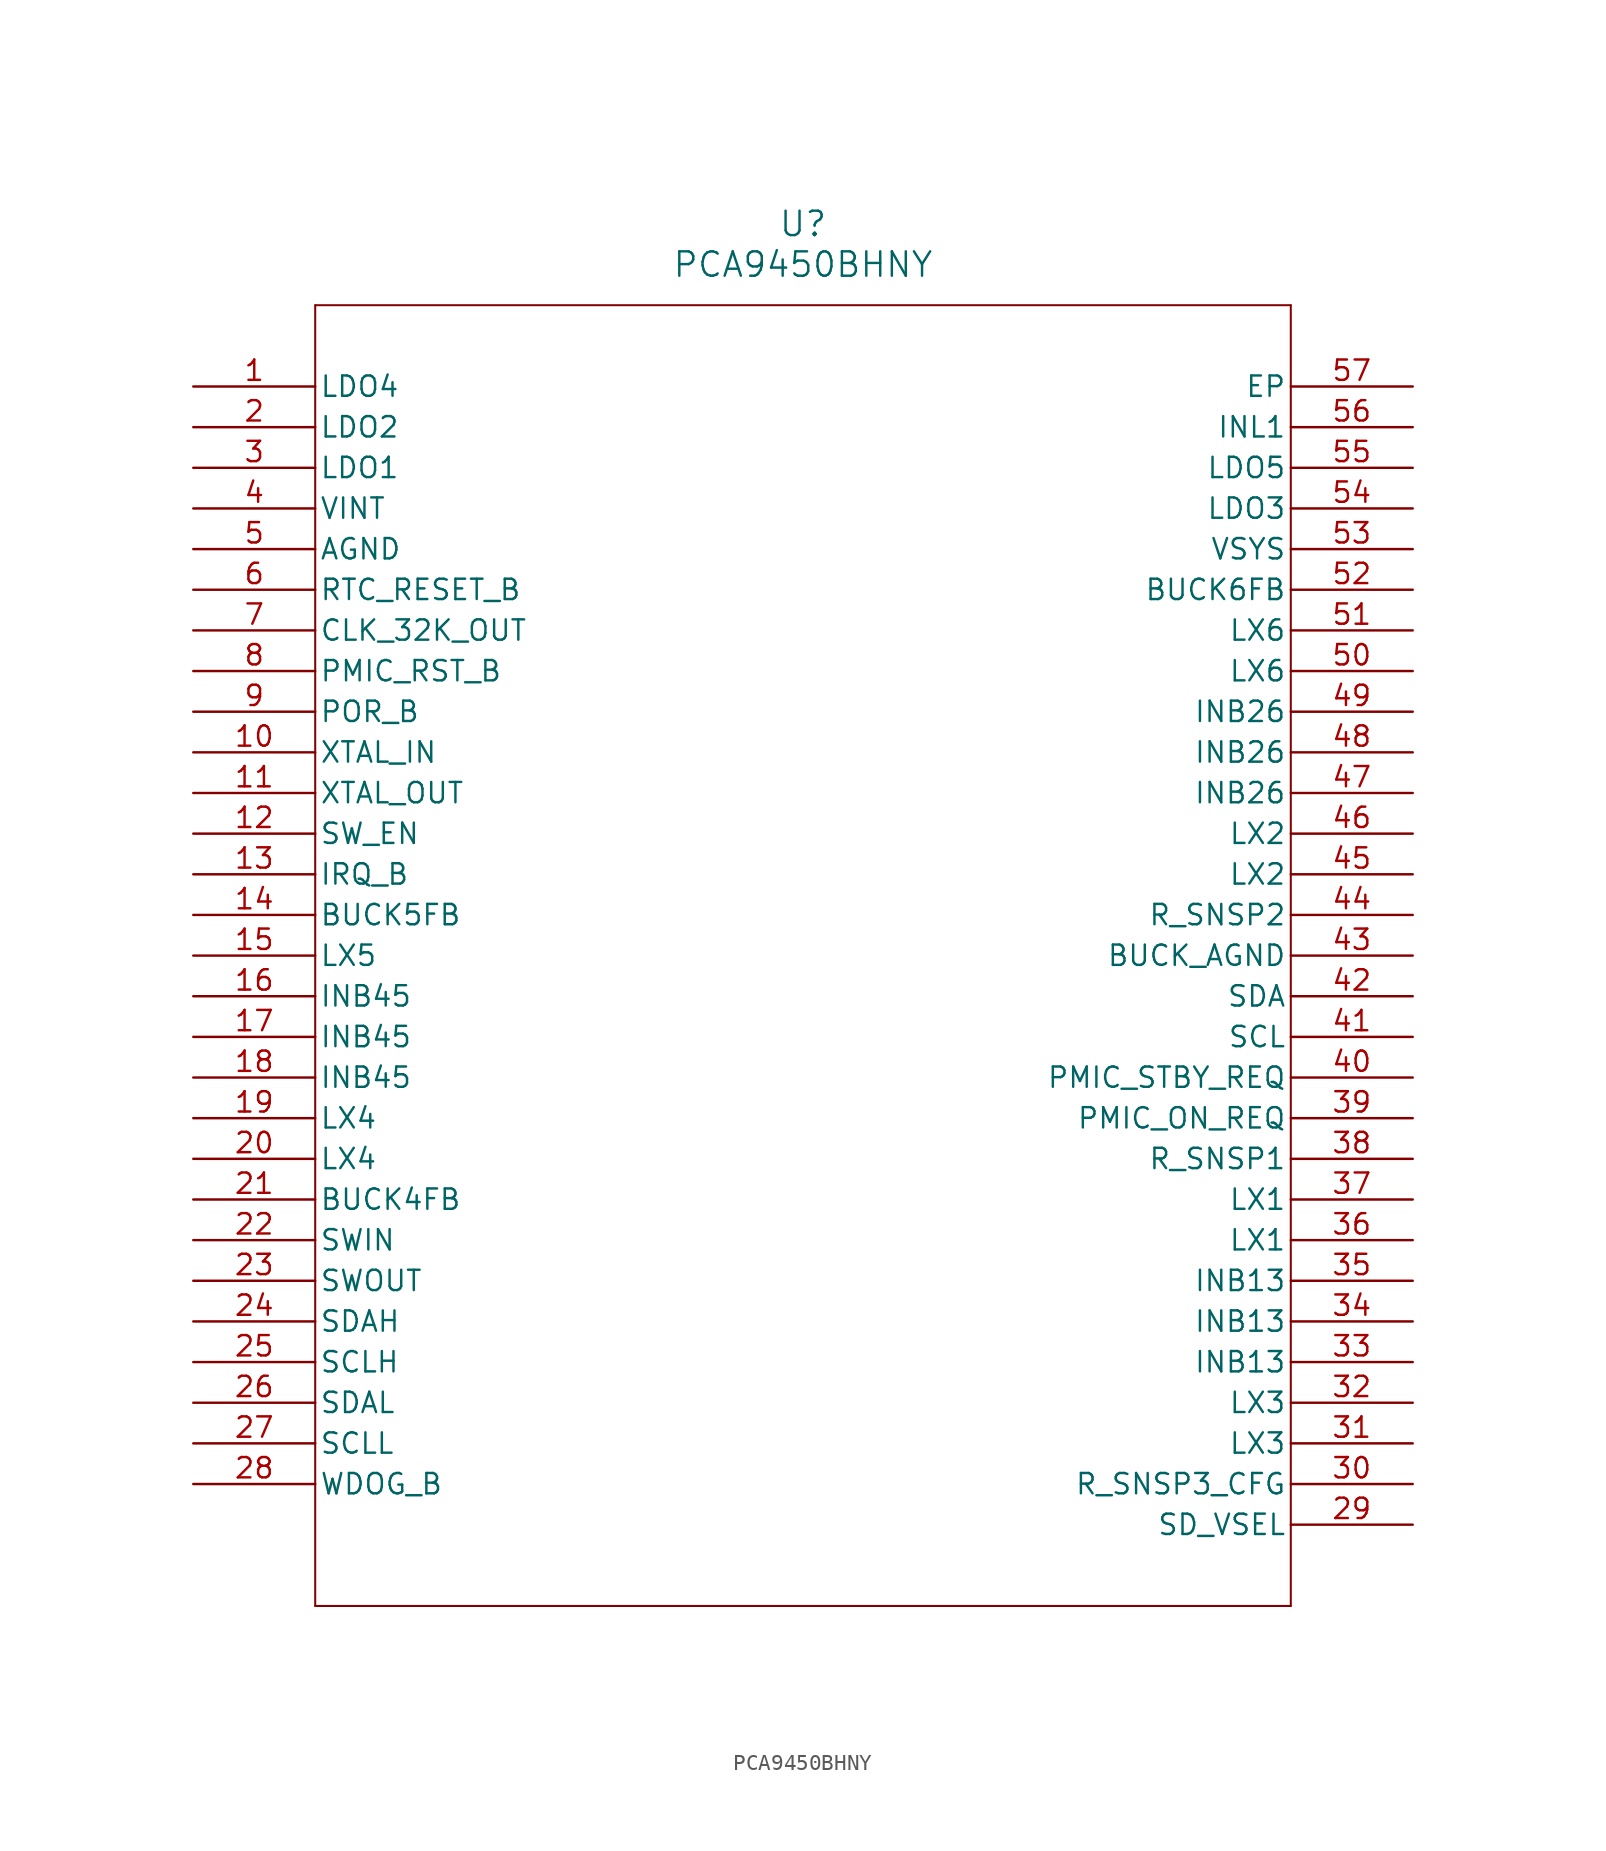
<source format=kicad_sym>
(kicad_symbol_lib
  (version 20231120)
  (generator "kicad_symbol_editor")
  (generator_version "8.0")
  (symbol "PCA9450BHNY"
    (pin_names
      (offset 0.254))
    (property "Reference" "U"
      (at 30.48 5.08 0)
      (effects (font (size 1.524 1.524))))
    (property "Value" "PCA9450BHNY"
      (at 30.48 2.54 0)
      (effects (font (size 1.524 1.524))))
    (symbol "PCA9450BHNY_0_1"
      (polyline (pts (xy 0 -81.28) (xy 60.96 -81.28)) (stroke (width 0.127) (type default)) (fill (type none)))
      (polyline (pts (xy 0 0) (xy 0 -81.28)) (stroke (width 0.127) (type default)) (fill (type none)))
      (polyline (pts (xy 60.96 -81.28) (xy 60.96 0)) (stroke (width 0.127) (type default)) (fill (type none)))
      (polyline (pts (xy 60.96 0) (xy 0 0)) (stroke (width 0.127) (type default)) (fill (type none)))
      (pin power_in line (at -7.62 -5.08 0) (length 7.62) (name "LDO4" (effects (font (size 1.27 1.27)))) (number "1" (effects (font (size 1.27 1.27)))))
      (pin unspecified line (at -7.62 -27.94 0) (length 7.62) (name "XTAL_IN" (effects (font (size 1.27 1.27)))) (number "10" (effects (font (size 1.27 1.27)))))
      (pin unspecified line (at -7.62 -30.48 0) (length 7.62) (name "XTAL_OUT" (effects (font (size 1.27 1.27)))) (number "11" (effects (font (size 1.27 1.27)))))
      (pin input line (at -7.62 -33.02 0) (length 7.62) (name "SW_EN" (effects (font (size 1.27 1.27)))) (number "12" (effects (font (size 1.27 1.27)))))
      (pin output line (at -7.62 -35.56 0) (length 7.62) (name "IRQ_B" (effects (font (size 1.27 1.27)))) (number "13" (effects (font (size 1.27 1.27)))))
      (pin unspecified line (at -7.62 -38.1 0) (length 7.62) (name "BUCK5FB" (effects (font (size 1.27 1.27)))) (number "14" (effects (font (size 1.27 1.27)))))
      (pin power_in line (at -7.62 -40.64 0) (length 7.62) (name "LX5" (effects (font (size 1.27 1.27)))) (number "15" (effects (font (size 1.27 1.27)))))
      (pin power_in line (at -7.62 -43.18 0) (length 7.62) (name "INB45" (effects (font (size 1.27 1.27)))) (number "16" (effects (font (size 1.27 1.27)))))
      (pin power_in line (at -7.62 -45.72 0) (length 7.62) (name "INB45" (effects (font (size 1.27 1.27)))) (number "17" (effects (font (size 1.27 1.27)))))
      (pin power_in line (at -7.62 -48.26 0) (length 7.62) (name "INB45" (effects (font (size 1.27 1.27)))) (number "18" (effects (font (size 1.27 1.27)))))
      (pin power_in line (at -7.62 -50.8 0) (length 7.62) (name "LX4" (effects (font (size 1.27 1.27)))) (number "19" (effects (font (size 1.27 1.27)))))
      (pin power_in line (at -7.62 -7.62 0) (length 7.62) (name "LDO2" (effects (font (size 1.27 1.27)))) (number "2" (effects (font (size 1.27 1.27)))))
      (pin power_in line (at -7.62 -53.34 0) (length 7.62) (name "LX4" (effects (font (size 1.27 1.27)))) (number "20" (effects (font (size 1.27 1.27)))))
      (pin unspecified line (at -7.62 -55.88 0) (length 7.62) (name "BUCK4FB" (effects (font (size 1.27 1.27)))) (number "21" (effects (font (size 1.27 1.27)))))
      (pin power_in line (at -7.62 -58.42 0) (length 7.62) (name "SWIN" (effects (font (size 1.27 1.27)))) (number "22" (effects (font (size 1.27 1.27)))))
      (pin power_in line (at -7.62 -60.96 0) (length 7.62) (name "SWOUT" (effects (font (size 1.27 1.27)))) (number "23" (effects (font (size 1.27 1.27)))))
      (pin bidirectional line (at -7.62 -63.5 0) (length 7.62) (name "SDAH" (effects (font (size 1.27 1.27)))) (number "24" (effects (font (size 1.27 1.27)))))
      (pin output line (at -7.62 -66.04 0) (length 7.62) (name "SCLH" (effects (font (size 1.27 1.27)))) (number "25" (effects (font (size 1.27 1.27)))))
      (pin bidirectional line (at -7.62 -68.58 0) (length 7.62) (name "SDAL" (effects (font (size 1.27 1.27)))) (number "26" (effects (font (size 1.27 1.27)))))
      (pin output line (at -7.62 -71.12 0) (length 7.62) (name "SCLL" (effects (font (size 1.27 1.27)))) (number "27" (effects (font (size 1.27 1.27)))))
      (pin input line (at -7.62 -73.66 0) (length 7.62) (name "WDOG_B" (effects (font (size 1.27 1.27)))) (number "28" (effects (font (size 1.27 1.27)))))
      (pin input line (at 68.58 -76.2 180) (length 7.62) (name "SD_VSEL" (effects (font (size 1.27 1.27)))) (number "29" (effects (font (size 1.27 1.27)))))
      (pin power_in line (at -7.62 -10.16 0) (length 7.62) (name "LDO1" (effects (font (size 1.27 1.27)))) (number "3" (effects (font (size 1.27 1.27)))))
      (pin unspecified line (at 68.58 -73.66 180) (length 7.62) (name "R_SNSP3_CFG" (effects (font (size 1.27 1.27)))) (number "30" (effects (font (size 1.27 1.27)))))
      (pin power_in line (at 68.58 -71.12 180) (length 7.62) (name "LX3" (effects (font (size 1.27 1.27)))) (number "31" (effects (font (size 1.27 1.27)))))
      (pin power_in line (at 68.58 -68.58 180) (length 7.62) (name "LX3" (effects (font (size 1.27 1.27)))) (number "32" (effects (font (size 1.27 1.27)))))
      (pin power_in line (at 68.58 -66.04 180) (length 7.62) (name "INB13" (effects (font (size 1.27 1.27)))) (number "33" (effects (font (size 1.27 1.27)))))
      (pin power_in line (at 68.58 -63.5 180) (length 7.62) (name "INB13" (effects (font (size 1.27 1.27)))) (number "34" (effects (font (size 1.27 1.27)))))
      (pin power_in line (at 68.58 -60.96 180) (length 7.62) (name "INB13" (effects (font (size 1.27 1.27)))) (number "35" (effects (font (size 1.27 1.27)))))
      (pin power_in line (at 68.58 -58.42 180) (length 7.62) (name "LX1" (effects (font (size 1.27 1.27)))) (number "36" (effects (font (size 1.27 1.27)))))
      (pin power_in line (at 68.58 -55.88 180) (length 7.62) (name "LX1" (effects (font (size 1.27 1.27)))) (number "37" (effects (font (size 1.27 1.27)))))
      (pin unspecified line (at 68.58 -53.34 180) (length 7.62) (name "R_SNSP1" (effects (font (size 1.27 1.27)))) (number "38" (effects (font (size 1.27 1.27)))))
      (pin input line (at 68.58 -50.8 180) (length 7.62) (name "PMIC_ON_REQ" (effects (font (size 1.27 1.27)))) (number "39" (effects (font (size 1.27 1.27)))))
      (pin power_in line (at -7.62 -12.7 0) (length 7.62) (name "VINT" (effects (font (size 1.27 1.27)))) (number "4" (effects (font (size 1.27 1.27)))))
      (pin input line (at 68.58 -48.26 180) (length 7.62) (name "PMIC_STBY_REQ" (effects (font (size 1.27 1.27)))) (number "40" (effects (font (size 1.27 1.27)))))
      (pin input line (at 68.58 -45.72 180) (length 7.62) (name "SCL" (effects (font (size 1.27 1.27)))) (number "41" (effects (font (size 1.27 1.27)))))
      (pin bidirectional line (at 68.58 -43.18 180) (length 7.62) (name "SDA" (effects (font (size 1.27 1.27)))) (number "42" (effects (font (size 1.27 1.27)))))
      (pin power_out line (at 68.58 -40.64 180) (length 7.62) (name "BUCK_AGND" (effects (font (size 1.27 1.27)))) (number "43" (effects (font (size 1.27 1.27)))))
      (pin unspecified line (at 68.58 -38.1 180) (length 7.62) (name "R_SNSP2" (effects (font (size 1.27 1.27)))) (number "44" (effects (font (size 1.27 1.27)))))
      (pin power_in line (at 68.58 -35.56 180) (length 7.62) (name "LX2" (effects (font (size 1.27 1.27)))) (number "45" (effects (font (size 1.27 1.27)))))
      (pin power_in line (at 68.58 -33.02 180) (length 7.62) (name "LX2" (effects (font (size 1.27 1.27)))) (number "46" (effects (font (size 1.27 1.27)))))
      (pin power_in line (at 68.58 -30.48 180) (length 7.62) (name "INB26" (effects (font (size 1.27 1.27)))) (number "47" (effects (font (size 1.27 1.27)))))
      (pin power_in line (at 68.58 -27.94 180) (length 7.62) (name "INB26" (effects (font (size 1.27 1.27)))) (number "48" (effects (font (size 1.27 1.27)))))
      (pin power_in line (at 68.58 -25.4 180) (length 7.62) (name "INB26" (effects (font (size 1.27 1.27)))) (number "49" (effects (font (size 1.27 1.27)))))
      (pin power_out line (at -7.62 -15.24 0) (length 7.62) (name "AGND" (effects (font (size 1.27 1.27)))) (number "5" (effects (font (size 1.27 1.27)))))
      (pin power_in line (at 68.58 -22.86 180) (length 7.62) (name "LX6" (effects (font (size 1.27 1.27)))) (number "50" (effects (font (size 1.27 1.27)))))
      (pin power_in line (at 68.58 -20.32 180) (length 7.62) (name "LX6" (effects (font (size 1.27 1.27)))) (number "51" (effects (font (size 1.27 1.27)))))
      (pin unspecified line (at 68.58 -17.78 180) (length 7.62) (name "BUCK6FB" (effects (font (size 1.27 1.27)))) (number "52" (effects (font (size 1.27 1.27)))))
      (pin power_in line (at 68.58 -15.24 180) (length 7.62) (name "VSYS" (effects (font (size 1.27 1.27)))) (number "53" (effects (font (size 1.27 1.27)))))
      (pin power_in line (at 68.58 -12.7 180) (length 7.62) (name "LDO3" (effects (font (size 1.27 1.27)))) (number "54" (effects (font (size 1.27 1.27)))))
      (pin power_in line (at 68.58 -10.16 180) (length 7.62) (name "LDO5" (effects (font (size 1.27 1.27)))) (number "55" (effects (font (size 1.27 1.27)))))
      (pin power_in line (at 68.58 -7.62 180) (length 7.62) (name "INL1" (effects (font (size 1.27 1.27)))) (number "56" (effects (font (size 1.27 1.27)))))
      (pin power_out line (at 68.58 -5.08 180) (length 7.62) (name "EP" (effects (font (size 1.27 1.27)))) (number "57" (effects (font (size 1.27 1.27)))))
      (pin output line (at -7.62 -17.78 0) (length 7.62) (name "RTC_RESET_B" (effects (font (size 1.27 1.27)))) (number "6" (effects (font (size 1.27 1.27)))))
      (pin output line (at -7.62 -20.32 0) (length 7.62) (name "CLK_32K_OUT" (effects (font (size 1.27 1.27)))) (number "7" (effects (font (size 1.27 1.27)))))
      (pin input line (at -7.62 -22.86 0) (length 7.62) (name "PMIC_RST_B" (effects (font (size 1.27 1.27)))) (number "8" (effects (font (size 1.27 1.27)))))
      (pin output line (at -7.62 -25.4 0) (length 7.62) (name "POR_B" (effects (font (size 1.27 1.27)))) (number "9" (effects (font (size 1.27 1.27))))))))
</source>
